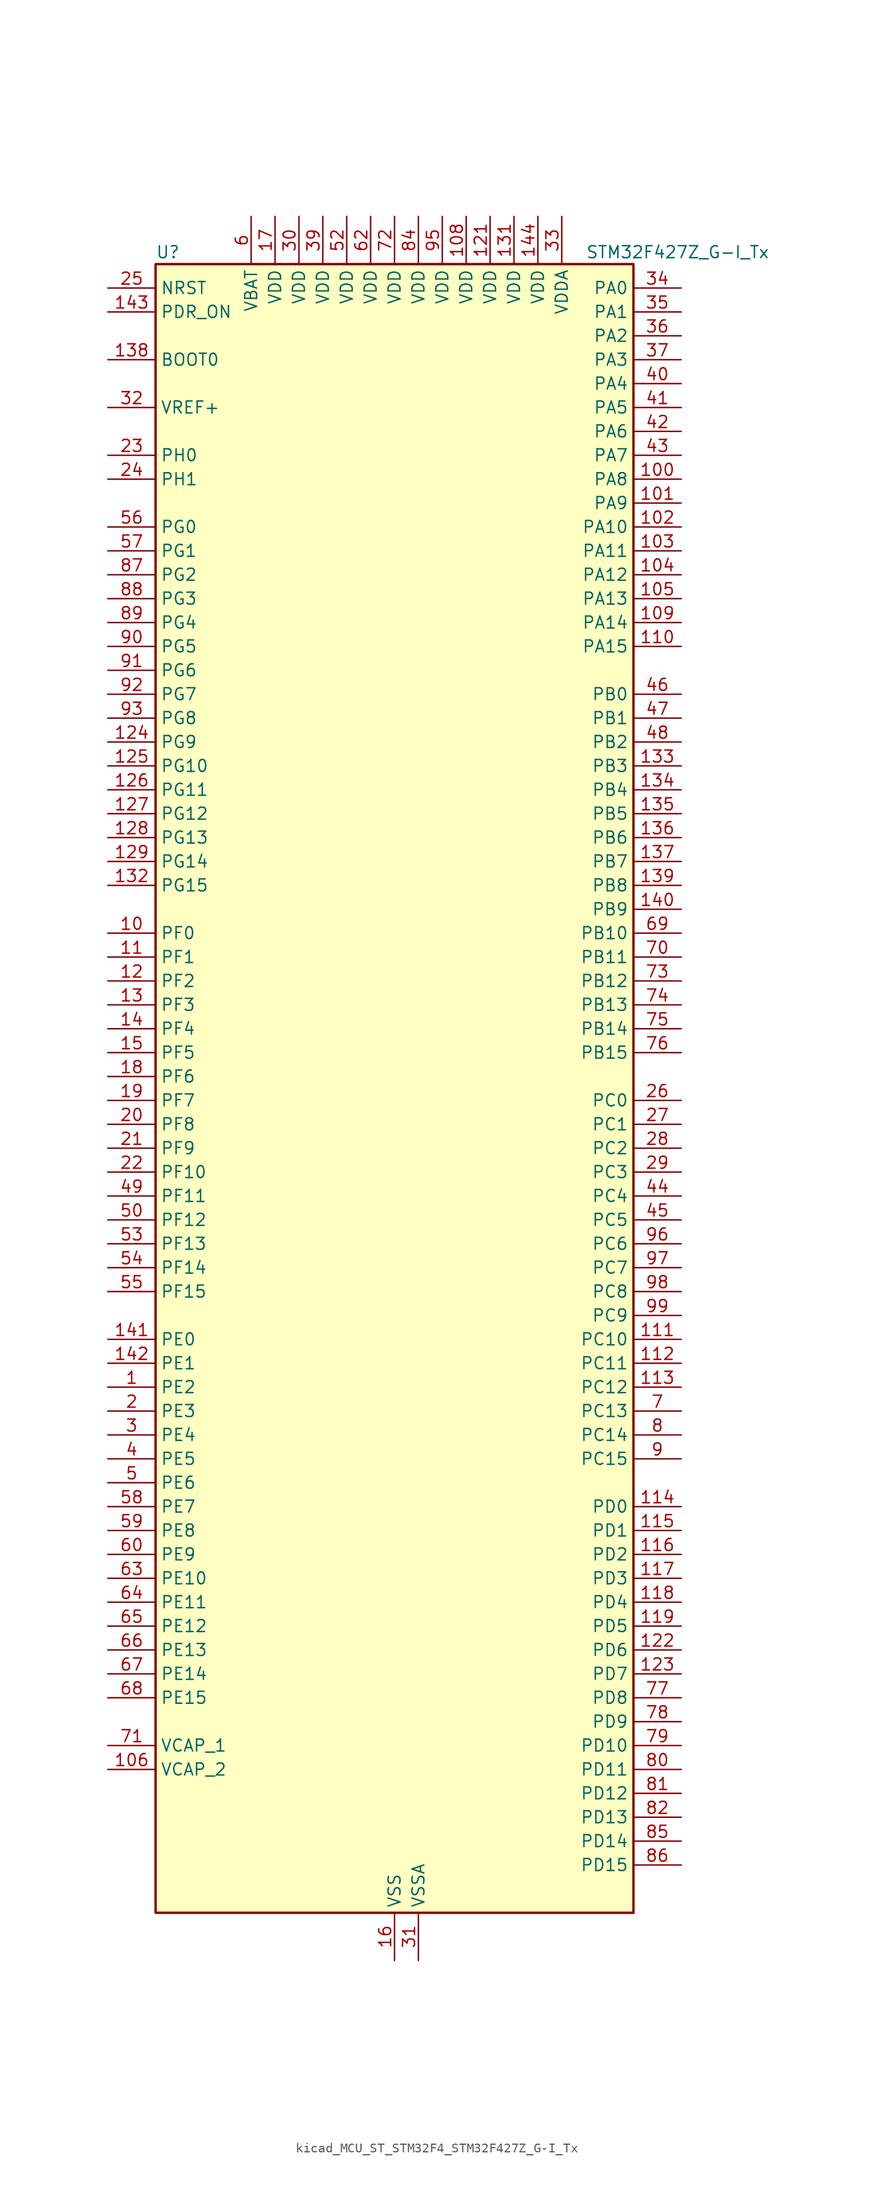
<source format=kicad_sym>
(kicad_symbol_lib
  (version 20220914)
  (generator kicad_symbol_editor)
  (symbol "kicad_MCU_ST_STM32F4_STM32F427Z_G-I_Tx"
    (property "Reference" "U"
      (at -25.4 90.17 0)
      (effects (font (size 1.27 1.27)) (justify left)))
    (property "Value" "STM32F427Z_G-I_Tx"
      (at 20.32 90.17 0)
      (effects (font (size 1.27 1.27)) (justify left)))
    (property "ki_locked" ""
      (at 0 0 0)
      (effects (font (size 1.27 1.27))))
    (symbol "kicad_MCU_ST_STM32F4_STM32F427Z_G-I_Tx_0_1"
      (rectangle (start -25.4 -86.36) (end 25.4 88.9) (stroke (width 0.254) (type default)) (fill (type background))))
    (symbol "kicad_MCU_ST_STM32F4_STM32F427Z_G-I_Tx_1_1"
      (pin bidirectional line (at -30.48 -30.48 0) (length 5.08) (name "PE2" (effects (font (size 1.27 1.27)))) (number "1" (effects (font (size 1.27 1.27)))) (alternate "ETH_TXD3" bidirectional line) (alternate "FMC_A23" bidirectional line) (alternate "SAI1_MCLK_A" bidirectional line) (alternate "SPI4_SCK" bidirectional line) (alternate "SYS_TRACECLK" bidirectional line))
      (pin bidirectional line (at -30.48 17.78 0) (length 5.08) (name "PF0" (effects (font (size 1.27 1.27)))) (number "10" (effects (font (size 1.27 1.27)))) (alternate "FMC_A0" bidirectional line) (alternate "I2C2_SDA" bidirectional line))
      (pin bidirectional line (at 30.48 66.04 180) (length 5.08) (name "PA8" (effects (font (size 1.27 1.27)))) (number "100" (effects (font (size 1.27 1.27)))) (alternate "I2C3_SCL" bidirectional line) (alternate "RCC_MCO_1" bidirectional line) (alternate "TIM1_CH1" bidirectional line) (alternate "USART1_CK" bidirectional line) (alternate "USB_OTG_FS_SOF" bidirectional line))
      (pin bidirectional line (at 30.48 63.5 180) (length 5.08) (name "PA9" (effects (font (size 1.27 1.27)))) (number "101" (effects (font (size 1.27 1.27)))) (alternate "DAC_EXTI9" bidirectional line) (alternate "DCMI_D0" bidirectional line) (alternate "I2C3_SMBA" bidirectional line) (alternate "TIM1_CH2" bidirectional line) (alternate "USART1_TX" bidirectional line) (alternate "USB_OTG_FS_VBUS" bidirectional line))
      (pin bidirectional line (at 30.48 60.96 180) (length 5.08) (name "PA10" (effects (font (size 1.27 1.27)))) (number "102" (effects (font (size 1.27 1.27)))) (alternate "DCMI_D1" bidirectional line) (alternate "TIM1_CH3" bidirectional line) (alternate "USART1_RX" bidirectional line) (alternate "USB_OTG_FS_ID" bidirectional line))
      (pin bidirectional line (at 30.48 58.42 180) (length 5.08) (name "PA11" (effects (font (size 1.27 1.27)))) (number "103" (effects (font (size 1.27 1.27)))) (alternate "ADC1_EXTI11" bidirectional line) (alternate "ADC2_EXTI11" bidirectional line) (alternate "ADC3_EXTI11" bidirectional line) (alternate "CAN1_RX" bidirectional line) (alternate "TIM1_CH4" bidirectional line) (alternate "USART1_CTS" bidirectional line) (alternate "USB_OTG_FS_DM" bidirectional line))
      (pin bidirectional line (at 30.48 55.88 180) (length 5.08) (name "PA12" (effects (font (size 1.27 1.27)))) (number "104" (effects (font (size 1.27 1.27)))) (alternate "CAN1_TX" bidirectional line) (alternate "TIM1_ETR" bidirectional line) (alternate "USART1_RTS" bidirectional line) (alternate "USB_OTG_FS_DP" bidirectional line))
      (pin bidirectional line (at 30.48 53.34 180) (length 5.08) (name "PA13" (effects (font (size 1.27 1.27)))) (number "105" (effects (font (size 1.27 1.27)))) (alternate "SYS_JTMS-SWDIO" bidirectional line))
      (pin power_out line (at -30.48 -71.12 0) (length 5.08) (name "VCAP_2" (effects (font (size 1.27 1.27)))) (number "106" (effects (font (size 1.27 1.27)))))
      (pin passive line (at 0 -91.44 90) (length 5.08) hide (name "VSS" (effects (font (size 1.27 1.27)))) (number "107" (effects (font (size 1.27 1.27)))))
      (pin power_in line (at 7.62 93.98 270) (length 5.08) (name "VDD" (effects (font (size 1.27 1.27)))) (number "108" (effects (font (size 1.27 1.27)))))
      (pin bidirectional line (at 30.48 50.8 180) (length 5.08) (name "PA14" (effects (font (size 1.27 1.27)))) (number "109" (effects (font (size 1.27 1.27)))) (alternate "SYS_JTCK-SWCLK" bidirectional line))
      (pin bidirectional line (at -30.48 15.24 0) (length 5.08) (name "PF1" (effects (font (size 1.27 1.27)))) (number "11" (effects (font (size 1.27 1.27)))) (alternate "FMC_A1" bidirectional line) (alternate "I2C2_SCL" bidirectional line))
      (pin bidirectional line (at 30.48 48.26 180) (length 5.08) (name "PA15" (effects (font (size 1.27 1.27)))) (number "110" (effects (font (size 1.27 1.27)))) (alternate "ADC1_EXTI15" bidirectional line) (alternate "ADC2_EXTI15" bidirectional line) (alternate "ADC3_EXTI15" bidirectional line) (alternate "I2S3_WS" bidirectional line) (alternate "SPI1_NSS" bidirectional line) (alternate "SPI3_NSS" bidirectional line) (alternate "SYS_JTDI" bidirectional line) (alternate "TIM2_CH1" bidirectional line) (alternate "TIM2_ETR" bidirectional line))
      (pin bidirectional line (at 30.48 -25.4 180) (length 5.08) (name "PC10" (effects (font (size 1.27 1.27)))) (number "111" (effects (font (size 1.27 1.27)))) (alternate "DCMI_D8" bidirectional line) (alternate "I2S3_CK" bidirectional line) (alternate "SDIO_D2" bidirectional line) (alternate "SPI3_SCK" bidirectional line) (alternate "UART4_TX" bidirectional line) (alternate "USART3_TX" bidirectional line))
      (pin bidirectional line (at 30.48 -27.94 180) (length 5.08) (name "PC11" (effects (font (size 1.27 1.27)))) (number "112" (effects (font (size 1.27 1.27)))) (alternate "ADC1_EXTI11" bidirectional line) (alternate "ADC2_EXTI11" bidirectional line) (alternate "ADC3_EXTI11" bidirectional line) (alternate "DCMI_D4" bidirectional line) (alternate "I2S3_ext_SD" bidirectional line) (alternate "SDIO_D3" bidirectional line) (alternate "SPI3_MISO" bidirectional line) (alternate "UART4_RX" bidirectional line) (alternate "USART3_RX" bidirectional line))
      (pin bidirectional line (at 30.48 -30.48 180) (length 5.08) (name "PC12" (effects (font (size 1.27 1.27)))) (number "113" (effects (font (size 1.27 1.27)))) (alternate "DCMI_D9" bidirectional line) (alternate "I2S3_SD" bidirectional line) (alternate "SDIO_CK" bidirectional line) (alternate "SPI3_MOSI" bidirectional line) (alternate "UART5_TX" bidirectional line) (alternate "USART3_CK" bidirectional line))
      (pin bidirectional line (at 30.48 -43.18 180) (length 5.08) (name "PD0" (effects (font (size 1.27 1.27)))) (number "114" (effects (font (size 1.27 1.27)))) (alternate "CAN1_RX" bidirectional line) (alternate "FMC_D2" bidirectional line) (alternate "FMC_DA2" bidirectional line))
      (pin bidirectional line (at 30.48 -45.72 180) (length 5.08) (name "PD1" (effects (font (size 1.27 1.27)))) (number "115" (effects (font (size 1.27 1.27)))) (alternate "CAN1_TX" bidirectional line) (alternate "FMC_D3" bidirectional line) (alternate "FMC_DA3" bidirectional line))
      (pin bidirectional line (at 30.48 -48.26 180) (length 5.08) (name "PD2" (effects (font (size 1.27 1.27)))) (number "116" (effects (font (size 1.27 1.27)))) (alternate "DCMI_D11" bidirectional line) (alternate "SDIO_CMD" bidirectional line) (alternate "TIM3_ETR" bidirectional line) (alternate "UART5_RX" bidirectional line))
      (pin bidirectional line (at 30.48 -50.8 180) (length 5.08) (name "PD3" (effects (font (size 1.27 1.27)))) (number "117" (effects (font (size 1.27 1.27)))) (alternate "DCMI_D5" bidirectional line) (alternate "FMC_CLK" bidirectional line) (alternate "I2S2_CK" bidirectional line) (alternate "SPI2_SCK" bidirectional line) (alternate "USART2_CTS" bidirectional line))
      (pin bidirectional line (at 30.48 -53.34 180) (length 5.08) (name "PD4" (effects (font (size 1.27 1.27)))) (number "118" (effects (font (size 1.27 1.27)))) (alternate "FMC_NOE" bidirectional line) (alternate "USART2_RTS" bidirectional line))
      (pin bidirectional line (at 30.48 -55.88 180) (length 5.08) (name "PD5" (effects (font (size 1.27 1.27)))) (number "119" (effects (font (size 1.27 1.27)))) (alternate "FMC_NWE" bidirectional line) (alternate "USART2_TX" bidirectional line))
      (pin bidirectional line (at -30.48 12.7 0) (length 5.08) (name "PF2" (effects (font (size 1.27 1.27)))) (number "12" (effects (font (size 1.27 1.27)))) (alternate "FMC_A2" bidirectional line) (alternate "I2C2_SMBA" bidirectional line))
      (pin passive line (at 0 -91.44 90) (length 5.08) hide (name "VSS" (effects (font (size 1.27 1.27)))) (number "120" (effects (font (size 1.27 1.27)))))
      (pin power_in line (at 10.16 93.98 270) (length 5.08) (name "VDD" (effects (font (size 1.27 1.27)))) (number "121" (effects (font (size 1.27 1.27)))))
      (pin bidirectional line (at 30.48 -58.42 180) (length 5.08) (name "PD6" (effects (font (size 1.27 1.27)))) (number "122" (effects (font (size 1.27 1.27)))) (alternate "DCMI_D10" bidirectional line) (alternate "FMC_NWAIT" bidirectional line) (alternate "I2S3_SD" bidirectional line) (alternate "SAI1_SD_A" bidirectional line) (alternate "SPI3_MOSI" bidirectional line) (alternate "USART2_RX" bidirectional line))
      (pin bidirectional line (at 30.48 -60.96 180) (length 5.08) (name "PD7" (effects (font (size 1.27 1.27)))) (number "123" (effects (font (size 1.27 1.27)))) (alternate "FMC_NCE2" bidirectional line) (alternate "FMC_NE1" bidirectional line) (alternate "USART2_CK" bidirectional line))
      (pin bidirectional line (at -30.48 38.1 0) (length 5.08) (name "PG9" (effects (font (size 1.27 1.27)))) (number "124" (effects (font (size 1.27 1.27)))) (alternate "DAC_EXTI9" bidirectional line) (alternate "DCMI_VSYNC" bidirectional line) (alternate "FMC_NCE3" bidirectional line) (alternate "FMC_NE2" bidirectional line) (alternate "USART6_RX" bidirectional line))
      (pin bidirectional line (at -30.48 35.56 0) (length 5.08) (name "PG10" (effects (font (size 1.27 1.27)))) (number "125" (effects (font (size 1.27 1.27)))) (alternate "DCMI_D2" bidirectional line) (alternate "FMC_NCE4_1" bidirectional line) (alternate "FMC_NE3" bidirectional line))
      (pin bidirectional line (at -30.48 33.02 0) (length 5.08) (name "PG11" (effects (font (size 1.27 1.27)))) (number "126" (effects (font (size 1.27 1.27)))) (alternate "ADC1_EXTI11" bidirectional line) (alternate "ADC2_EXTI11" bidirectional line) (alternate "ADC3_EXTI11" bidirectional line) (alternate "DCMI_D3" bidirectional line) (alternate "ETH_TX_EN" bidirectional line) (alternate "FMC_NCE4_2" bidirectional line))
      (pin bidirectional line (at -30.48 30.48 0) (length 5.08) (name "PG12" (effects (font (size 1.27 1.27)))) (number "127" (effects (font (size 1.27 1.27)))) (alternate "FMC_NE4" bidirectional line) (alternate "SPI6_MISO" bidirectional line) (alternate "USART6_RTS" bidirectional line))
      (pin bidirectional line (at -30.48 27.94 0) (length 5.08) (name "PG13" (effects (font (size 1.27 1.27)))) (number "128" (effects (font (size 1.27 1.27)))) (alternate "ETH_TXD0" bidirectional line) (alternate "FMC_A24" bidirectional line) (alternate "SPI6_SCK" bidirectional line) (alternate "USART6_CTS" bidirectional line))
      (pin bidirectional line (at -30.48 25.4 0) (length 5.08) (name "PG14" (effects (font (size 1.27 1.27)))) (number "129" (effects (font (size 1.27 1.27)))) (alternate "ETH_TXD1" bidirectional line) (alternate "FMC_A25" bidirectional line) (alternate "SPI6_MOSI" bidirectional line) (alternate "USART6_TX" bidirectional line))
      (pin bidirectional line (at -30.48 10.16 0) (length 5.08) (name "PF3" (effects (font (size 1.27 1.27)))) (number "13" (effects (font (size 1.27 1.27)))) (alternate "ADC3_IN9" bidirectional line) (alternate "FMC_A3" bidirectional line))
      (pin passive line (at 0 -91.44 90) (length 5.08) hide (name "VSS" (effects (font (size 1.27 1.27)))) (number "130" (effects (font (size 1.27 1.27)))))
      (pin power_in line (at 12.7 93.98 270) (length 5.08) (name "VDD" (effects (font (size 1.27 1.27)))) (number "131" (effects (font (size 1.27 1.27)))))
      (pin bidirectional line (at -30.48 22.86 0) (length 5.08) (name "PG15" (effects (font (size 1.27 1.27)))) (number "132" (effects (font (size 1.27 1.27)))) (alternate "ADC1_EXTI15" bidirectional line) (alternate "ADC2_EXTI15" bidirectional line) (alternate "ADC3_EXTI15" bidirectional line) (alternate "DCMI_D13" bidirectional line) (alternate "FMC_SDNCAS" bidirectional line) (alternate "USART6_CTS" bidirectional line))
      (pin bidirectional line (at 30.48 35.56 180) (length 5.08) (name "PB3" (effects (font (size 1.27 1.27)))) (number "133" (effects (font (size 1.27 1.27)))) (alternate "I2S3_CK" bidirectional line) (alternate "SPI1_SCK" bidirectional line) (alternate "SPI3_SCK" bidirectional line) (alternate "SYS_JTDO-SWO" bidirectional line) (alternate "TIM2_CH2" bidirectional line))
      (pin bidirectional line (at 30.48 33.02 180) (length 5.08) (name "PB4" (effects (font (size 1.27 1.27)))) (number "134" (effects (font (size 1.27 1.27)))) (alternate "I2S3_ext_SD" bidirectional line) (alternate "SPI1_MISO" bidirectional line) (alternate "SPI3_MISO" bidirectional line) (alternate "SYS_JTRST" bidirectional line) (alternate "TIM3_CH1" bidirectional line))
      (pin bidirectional line (at 30.48 30.48 180) (length 5.08) (name "PB5" (effects (font (size 1.27 1.27)))) (number "135" (effects (font (size 1.27 1.27)))) (alternate "CAN2_RX" bidirectional line) (alternate "DCMI_D10" bidirectional line) (alternate "ETH_PPS_OUT" bidirectional line) (alternate "FMC_SDCKE1" bidirectional line) (alternate "I2C1_SMBA" bidirectional line) (alternate "I2S3_SD" bidirectional line) (alternate "SPI1_MOSI" bidirectional line) (alternate "SPI3_MOSI" bidirectional line) (alternate "TIM3_CH2" bidirectional line) (alternate "USB_OTG_HS_ULPI_D7" bidirectional line))
      (pin bidirectional line (at 30.48 27.94 180) (length 5.08) (name "PB6" (effects (font (size 1.27 1.27)))) (number "136" (effects (font (size 1.27 1.27)))) (alternate "CAN2_TX" bidirectional line) (alternate "DCMI_D5" bidirectional line) (alternate "FMC_SDNE1" bidirectional line) (alternate "I2C1_SCL" bidirectional line) (alternate "TIM4_CH1" bidirectional line) (alternate "USART1_TX" bidirectional line))
      (pin bidirectional line (at 30.48 25.4 180) (length 5.08) (name "PB7" (effects (font (size 1.27 1.27)))) (number "137" (effects (font (size 1.27 1.27)))) (alternate "DCMI_VSYNC" bidirectional line) (alternate "FMC_NL" bidirectional line) (alternate "I2C1_SDA" bidirectional line) (alternate "TIM4_CH2" bidirectional line) (alternate "USART1_RX" bidirectional line))
      (pin input line (at -30.48 78.74 0) (length 5.08) (name "BOOT0" (effects (font (size 1.27 1.27)))) (number "138" (effects (font (size 1.27 1.27)))))
      (pin bidirectional line (at 30.48 22.86 180) (length 5.08) (name "PB8" (effects (font (size 1.27 1.27)))) (number "139" (effects (font (size 1.27 1.27)))) (alternate "CAN1_RX" bidirectional line) (alternate "DCMI_D6" bidirectional line) (alternate "ETH_TXD3" bidirectional line) (alternate "I2C1_SCL" bidirectional line) (alternate "SDIO_D4" bidirectional line) (alternate "TIM10_CH1" bidirectional line) (alternate "TIM4_CH3" bidirectional line))
      (pin bidirectional line (at -30.48 7.62 0) (length 5.08) (name "PF4" (effects (font (size 1.27 1.27)))) (number "14" (effects (font (size 1.27 1.27)))) (alternate "ADC3_IN14" bidirectional line) (alternate "FMC_A4" bidirectional line))
      (pin bidirectional line (at 30.48 20.32 180) (length 5.08) (name "PB9" (effects (font (size 1.27 1.27)))) (number "140" (effects (font (size 1.27 1.27)))) (alternate "CAN1_TX" bidirectional line) (alternate "DAC_EXTI9" bidirectional line) (alternate "DCMI_D7" bidirectional line) (alternate "I2C1_SDA" bidirectional line) (alternate "I2S2_WS" bidirectional line) (alternate "SDIO_D5" bidirectional line) (alternate "SPI2_NSS" bidirectional line) (alternate "TIM11_CH1" bidirectional line) (alternate "TIM4_CH4" bidirectional line))
      (pin bidirectional line (at -30.48 -25.4 0) (length 5.08) (name "PE0" (effects (font (size 1.27 1.27)))) (number "141" (effects (font (size 1.27 1.27)))) (alternate "DCMI_D2" bidirectional line) (alternate "FMC_NBL0" bidirectional line) (alternate "TIM4_ETR" bidirectional line) (alternate "UART8_RX" bidirectional line))
      (pin bidirectional line (at -30.48 -27.94 0) (length 5.08) (name "PE1" (effects (font (size 1.27 1.27)))) (number "142" (effects (font (size 1.27 1.27)))) (alternate "DCMI_D3" bidirectional line) (alternate "FMC_NBL1" bidirectional line) (alternate "UART8_TX" bidirectional line))
      (pin input line (at -30.48 83.82 0) (length 5.08) (name "PDR_ON" (effects (font (size 1.27 1.27)))) (number "143" (effects (font (size 1.27 1.27)))))
      (pin power_in line (at 15.24 93.98 270) (length 5.08) (name "VDD" (effects (font (size 1.27 1.27)))) (number "144" (effects (font (size 1.27 1.27)))))
      (pin bidirectional line (at -30.48 5.08 0) (length 5.08) (name "PF5" (effects (font (size 1.27 1.27)))) (number "15" (effects (font (size 1.27 1.27)))) (alternate "ADC3_IN15" bidirectional line) (alternate "FMC_A5" bidirectional line))
      (pin power_in line (at 0 -91.44 90) (length 5.08) (name "VSS" (effects (font (size 1.27 1.27)))) (number "16" (effects (font (size 1.27 1.27)))))
      (pin power_in line (at -12.7 93.98 270) (length 5.08) (name "VDD" (effects (font (size 1.27 1.27)))) (number "17" (effects (font (size 1.27 1.27)))))
      (pin bidirectional line (at -30.48 2.54 0) (length 5.08) (name "PF6" (effects (font (size 1.27 1.27)))) (number "18" (effects (font (size 1.27 1.27)))) (alternate "ADC3_IN4" bidirectional line) (alternate "FMC_NIORD" bidirectional line) (alternate "SAI1_SD_B" bidirectional line) (alternate "SPI5_NSS" bidirectional line) (alternate "TIM10_CH1" bidirectional line) (alternate "UART7_RX" bidirectional line))
      (pin bidirectional line (at -30.48 0 0) (length 5.08) (name "PF7" (effects (font (size 1.27 1.27)))) (number "19" (effects (font (size 1.27 1.27)))) (alternate "ADC3_IN5" bidirectional line) (alternate "FMC_NREG" bidirectional line) (alternate "SAI1_MCLK_B" bidirectional line) (alternate "SPI5_SCK" bidirectional line) (alternate "TIM11_CH1" bidirectional line) (alternate "UART7_TX" bidirectional line))
      (pin bidirectional line (at -30.48 -33.02 0) (length 5.08) (name "PE3" (effects (font (size 1.27 1.27)))) (number "2" (effects (font (size 1.27 1.27)))) (alternate "FMC_A19" bidirectional line) (alternate "SAI1_SD_B" bidirectional line) (alternate "SYS_TRACED0" bidirectional line))
      (pin bidirectional line (at -30.48 -2.54 0) (length 5.08) (name "PF8" (effects (font (size 1.27 1.27)))) (number "20" (effects (font (size 1.27 1.27)))) (alternate "ADC3_IN6" bidirectional line) (alternate "FMC_NIOWR" bidirectional line) (alternate "SAI1_SCK_B" bidirectional line) (alternate "SPI5_MISO" bidirectional line) (alternate "TIM13_CH1" bidirectional line))
      (pin bidirectional line (at -30.48 -5.08 0) (length 5.08) (name "PF9" (effects (font (size 1.27 1.27)))) (number "21" (effects (font (size 1.27 1.27)))) (alternate "ADC3_IN7" bidirectional line) (alternate "DAC_EXTI9" bidirectional line) (alternate "FMC_CD" bidirectional line) (alternate "SAI1_FS_B" bidirectional line) (alternate "SPI5_MOSI" bidirectional line) (alternate "TIM14_CH1" bidirectional line))
      (pin bidirectional line (at -30.48 -7.62 0) (length 5.08) (name "PF10" (effects (font (size 1.27 1.27)))) (number "22" (effects (font (size 1.27 1.27)))) (alternate "ADC3_IN8" bidirectional line) (alternate "DCMI_D11" bidirectional line) (alternate "FMC_INTR" bidirectional line))
      (pin bidirectional line (at -30.48 68.58 0) (length 5.08) (name "PH0" (effects (font (size 1.27 1.27)))) (number "23" (effects (font (size 1.27 1.27)))) (alternate "RCC_OSC_IN" bidirectional line))
      (pin bidirectional line (at -30.48 66.04 0) (length 5.08) (name "PH1" (effects (font (size 1.27 1.27)))) (number "24" (effects (font (size 1.27 1.27)))) (alternate "RCC_OSC_OUT" bidirectional line))
      (pin input line (at -30.48 86.36 0) (length 5.08) (name "NRST" (effects (font (size 1.27 1.27)))) (number "25" (effects (font (size 1.27 1.27)))))
      (pin bidirectional line (at 30.48 0 180) (length 5.08) (name "PC0" (effects (font (size 1.27 1.27)))) (number "26" (effects (font (size 1.27 1.27)))) (alternate "ADC1_IN10" bidirectional line) (alternate "ADC2_IN10" bidirectional line) (alternate "ADC3_IN10" bidirectional line) (alternate "FMC_SDNWE" bidirectional line) (alternate "USB_OTG_HS_ULPI_STP" bidirectional line))
      (pin bidirectional line (at 30.48 -2.54 180) (length 5.08) (name "PC1" (effects (font (size 1.27 1.27)))) (number "27" (effects (font (size 1.27 1.27)))) (alternate "ADC1_IN11" bidirectional line) (alternate "ADC2_IN11" bidirectional line) (alternate "ADC3_IN11" bidirectional line) (alternate "ETH_MDC" bidirectional line))
      (pin bidirectional line (at 30.48 -5.08 180) (length 5.08) (name "PC2" (effects (font (size 1.27 1.27)))) (number "28" (effects (font (size 1.27 1.27)))) (alternate "ADC1_IN12" bidirectional line) (alternate "ADC2_IN12" bidirectional line) (alternate "ADC3_IN12" bidirectional line) (alternate "ETH_TXD2" bidirectional line) (alternate "FMC_SDNE0" bidirectional line) (alternate "I2S2_ext_SD" bidirectional line) (alternate "SPI2_MISO" bidirectional line) (alternate "USB_OTG_HS_ULPI_DIR" bidirectional line))
      (pin bidirectional line (at 30.48 -7.62 180) (length 5.08) (name "PC3" (effects (font (size 1.27 1.27)))) (number "29" (effects (font (size 1.27 1.27)))) (alternate "ADC1_IN13" bidirectional line) (alternate "ADC2_IN13" bidirectional line) (alternate "ADC3_IN13" bidirectional line) (alternate "ETH_TX_CLK" bidirectional line) (alternate "FMC_SDCKE0" bidirectional line) (alternate "I2S2_SD" bidirectional line) (alternate "SPI2_MOSI" bidirectional line) (alternate "USB_OTG_HS_ULPI_NXT" bidirectional line))
      (pin bidirectional line (at -30.48 -35.56 0) (length 5.08) (name "PE4" (effects (font (size 1.27 1.27)))) (number "3" (effects (font (size 1.27 1.27)))) (alternate "DCMI_D4" bidirectional line) (alternate "FMC_A20" bidirectional line) (alternate "SAI1_FS_A" bidirectional line) (alternate "SPI4_NSS" bidirectional line) (alternate "SYS_TRACED1" bidirectional line))
      (pin power_in line (at -10.16 93.98 270) (length 5.08) (name "VDD" (effects (font (size 1.27 1.27)))) (number "30" (effects (font (size 1.27 1.27)))))
      (pin power_in line (at 2.54 -91.44 90) (length 5.08) (name "VSSA" (effects (font (size 1.27 1.27)))) (number "31" (effects (font (size 1.27 1.27)))))
      (pin input line (at -30.48 73.66 0) (length 5.08) (name "VREF+" (effects (font (size 1.27 1.27)))) (number "32" (effects (font (size 1.27 1.27)))))
      (pin power_in line (at 17.78 93.98 270) (length 5.08) (name "VDDA" (effects (font (size 1.27 1.27)))) (number "33" (effects (font (size 1.27 1.27)))))
      (pin bidirectional line (at 30.48 86.36 180) (length 5.08) (name "PA0" (effects (font (size 1.27 1.27)))) (number "34" (effects (font (size 1.27 1.27)))) (alternate "ADC1_IN0" bidirectional line) (alternate "ADC2_IN0" bidirectional line) (alternate "ADC3_IN0" bidirectional line) (alternate "ETH_CRS" bidirectional line) (alternate "SYS_WKUP" bidirectional line) (alternate "TIM2_CH1" bidirectional line) (alternate "TIM2_ETR" bidirectional line) (alternate "TIM5_CH1" bidirectional line) (alternate "TIM8_ETR" bidirectional line) (alternate "UART4_TX" bidirectional line) (alternate "USART2_CTS" bidirectional line))
      (pin bidirectional line (at 30.48 83.82 180) (length 5.08) (name "PA1" (effects (font (size 1.27 1.27)))) (number "35" (effects (font (size 1.27 1.27)))) (alternate "ADC1_IN1" bidirectional line) (alternate "ADC2_IN1" bidirectional line) (alternate "ADC3_IN1" bidirectional line) (alternate "ETH_REF_CLK" bidirectional line) (alternate "ETH_RX_CLK" bidirectional line) (alternate "TIM2_CH2" bidirectional line) (alternate "TIM5_CH2" bidirectional line) (alternate "UART4_RX" bidirectional line) (alternate "USART2_RTS" bidirectional line))
      (pin bidirectional line (at 30.48 81.28 180) (length 5.08) (name "PA2" (effects (font (size 1.27 1.27)))) (number "36" (effects (font (size 1.27 1.27)))) (alternate "ADC1_IN2" bidirectional line) (alternate "ADC2_IN2" bidirectional line) (alternate "ADC3_IN2" bidirectional line) (alternate "ETH_MDIO" bidirectional line) (alternate "TIM2_CH3" bidirectional line) (alternate "TIM5_CH3" bidirectional line) (alternate "TIM9_CH1" bidirectional line) (alternate "USART2_TX" bidirectional line))
      (pin bidirectional line (at 30.48 78.74 180) (length 5.08) (name "PA3" (effects (font (size 1.27 1.27)))) (number "37" (effects (font (size 1.27 1.27)))) (alternate "ADC1_IN3" bidirectional line) (alternate "ADC2_IN3" bidirectional line) (alternate "ADC3_IN3" bidirectional line) (alternate "ETH_COL" bidirectional line) (alternate "TIM2_CH4" bidirectional line) (alternate "TIM5_CH4" bidirectional line) (alternate "TIM9_CH2" bidirectional line) (alternate "USART2_RX" bidirectional line) (alternate "USB_OTG_HS_ULPI_D0" bidirectional line))
      (pin passive line (at 0 -91.44 90) (length 5.08) hide (name "VSS" (effects (font (size 1.27 1.27)))) (number "38" (effects (font (size 1.27 1.27)))))
      (pin power_in line (at -7.62 93.98 270) (length 5.08) (name "VDD" (effects (font (size 1.27 1.27)))) (number "39" (effects (font (size 1.27 1.27)))))
      (pin bidirectional line (at -30.48 -38.1 0) (length 5.08) (name "PE5" (effects (font (size 1.27 1.27)))) (number "4" (effects (font (size 1.27 1.27)))) (alternate "DCMI_D6" bidirectional line) (alternate "FMC_A21" bidirectional line) (alternate "SAI1_SCK_A" bidirectional line) (alternate "SPI4_MISO" bidirectional line) (alternate "SYS_TRACED2" bidirectional line) (alternate "TIM9_CH1" bidirectional line))
      (pin bidirectional line (at 30.48 76.2 180) (length 5.08) (name "PA4" (effects (font (size 1.27 1.27)))) (number "40" (effects (font (size 1.27 1.27)))) (alternate "ADC1_IN4" bidirectional line) (alternate "ADC2_IN4" bidirectional line) (alternate "DAC_OUT1" bidirectional line) (alternate "DCMI_HSYNC" bidirectional line) (alternate "I2S3_WS" bidirectional line) (alternate "SPI1_NSS" bidirectional line) (alternate "SPI3_NSS" bidirectional line) (alternate "USART2_CK" bidirectional line) (alternate "USB_OTG_HS_SOF" bidirectional line))
      (pin bidirectional line (at 30.48 73.66 180) (length 5.08) (name "PA5" (effects (font (size 1.27 1.27)))) (number "41" (effects (font (size 1.27 1.27)))) (alternate "ADC1_IN5" bidirectional line) (alternate "ADC2_IN5" bidirectional line) (alternate "DAC_OUT2" bidirectional line) (alternate "SPI1_SCK" bidirectional line) (alternate "TIM2_CH1" bidirectional line) (alternate "TIM2_ETR" bidirectional line) (alternate "TIM8_CH1N" bidirectional line) (alternate "USB_OTG_HS_ULPI_CK" bidirectional line))
      (pin bidirectional line (at 30.48 71.12 180) (length 5.08) (name "PA6" (effects (font (size 1.27 1.27)))) (number "42" (effects (font (size 1.27 1.27)))) (alternate "ADC1_IN6" bidirectional line) (alternate "ADC2_IN6" bidirectional line) (alternate "DCMI_PIXCLK" bidirectional line) (alternate "SPI1_MISO" bidirectional line) (alternate "TIM13_CH1" bidirectional line) (alternate "TIM1_BKIN" bidirectional line) (alternate "TIM3_CH1" bidirectional line) (alternate "TIM8_BKIN" bidirectional line))
      (pin bidirectional line (at 30.48 68.58 180) (length 5.08) (name "PA7" (effects (font (size 1.27 1.27)))) (number "43" (effects (font (size 1.27 1.27)))) (alternate "ADC1_IN7" bidirectional line) (alternate "ADC2_IN7" bidirectional line) (alternate "ETH_CRS_DV" bidirectional line) (alternate "ETH_RX_DV" bidirectional line) (alternate "SPI1_MOSI" bidirectional line) (alternate "TIM14_CH1" bidirectional line) (alternate "TIM1_CH1N" bidirectional line) (alternate "TIM3_CH2" bidirectional line) (alternate "TIM8_CH1N" bidirectional line))
      (pin bidirectional line (at 30.48 -10.16 180) (length 5.08) (name "PC4" (effects (font (size 1.27 1.27)))) (number "44" (effects (font (size 1.27 1.27)))) (alternate "ADC1_IN14" bidirectional line) (alternate "ADC2_IN14" bidirectional line) (alternate "ETH_RXD0" bidirectional line))
      (pin bidirectional line (at 30.48 -12.7 180) (length 5.08) (name "PC5" (effects (font (size 1.27 1.27)))) (number "45" (effects (font (size 1.27 1.27)))) (alternate "ADC1_IN15" bidirectional line) (alternate "ADC2_IN15" bidirectional line) (alternate "ETH_RXD1" bidirectional line))
      (pin bidirectional line (at 30.48 43.18 180) (length 5.08) (name "PB0" (effects (font (size 1.27 1.27)))) (number "46" (effects (font (size 1.27 1.27)))) (alternate "ADC1_IN8" bidirectional line) (alternate "ADC2_IN8" bidirectional line) (alternate "ETH_RXD2" bidirectional line) (alternate "TIM1_CH2N" bidirectional line) (alternate "TIM3_CH3" bidirectional line) (alternate "TIM8_CH2N" bidirectional line) (alternate "USB_OTG_HS_ULPI_D1" bidirectional line))
      (pin bidirectional line (at 30.48 40.64 180) (length 5.08) (name "PB1" (effects (font (size 1.27 1.27)))) (number "47" (effects (font (size 1.27 1.27)))) (alternate "ADC1_IN9" bidirectional line) (alternate "ADC2_IN9" bidirectional line) (alternate "ETH_RXD3" bidirectional line) (alternate "TIM1_CH3N" bidirectional line) (alternate "TIM3_CH4" bidirectional line) (alternate "TIM8_CH3N" bidirectional line) (alternate "USB_OTG_HS_ULPI_D2" bidirectional line))
      (pin bidirectional line (at 30.48 38.1 180) (length 5.08) (name "PB2" (effects (font (size 1.27 1.27)))) (number "48" (effects (font (size 1.27 1.27)))))
      (pin bidirectional line (at -30.48 -10.16 0) (length 5.08) (name "PF11" (effects (font (size 1.27 1.27)))) (number "49" (effects (font (size 1.27 1.27)))) (alternate "ADC1_EXTI11" bidirectional line) (alternate "ADC2_EXTI11" bidirectional line) (alternate "ADC3_EXTI11" bidirectional line) (alternate "DCMI_D12" bidirectional line) (alternate "FMC_SDNRAS" bidirectional line) (alternate "SPI5_MOSI" bidirectional line))
      (pin bidirectional line (at -30.48 -40.64 0) (length 5.08) (name "PE6" (effects (font (size 1.27 1.27)))) (number "5" (effects (font (size 1.27 1.27)))) (alternate "DCMI_D7" bidirectional line) (alternate "FMC_A22" bidirectional line) (alternate "SAI1_SD_A" bidirectional line) (alternate "SPI4_MOSI" bidirectional line) (alternate "SYS_TRACED3" bidirectional line) (alternate "TIM9_CH2" bidirectional line))
      (pin bidirectional line (at -30.48 -12.7 0) (length 5.08) (name "PF12" (effects (font (size 1.27 1.27)))) (number "50" (effects (font (size 1.27 1.27)))) (alternate "FMC_A6" bidirectional line))
      (pin passive line (at 0 -91.44 90) (length 5.08) hide (name "VSS" (effects (font (size 1.27 1.27)))) (number "51" (effects (font (size 1.27 1.27)))))
      (pin power_in line (at -5.08 93.98 270) (length 5.08) (name "VDD" (effects (font (size 1.27 1.27)))) (number "52" (effects (font (size 1.27 1.27)))))
      (pin bidirectional line (at -30.48 -15.24 0) (length 5.08) (name "PF13" (effects (font (size 1.27 1.27)))) (number "53" (effects (font (size 1.27 1.27)))) (alternate "FMC_A7" bidirectional line))
      (pin bidirectional line (at -30.48 -17.78 0) (length 5.08) (name "PF14" (effects (font (size 1.27 1.27)))) (number "54" (effects (font (size 1.27 1.27)))) (alternate "FMC_A8" bidirectional line))
      (pin bidirectional line (at -30.48 -20.32 0) (length 5.08) (name "PF15" (effects (font (size 1.27 1.27)))) (number "55" (effects (font (size 1.27 1.27)))) (alternate "ADC1_EXTI15" bidirectional line) (alternate "ADC2_EXTI15" bidirectional line) (alternate "ADC3_EXTI15" bidirectional line) (alternate "FMC_A9" bidirectional line))
      (pin bidirectional line (at -30.48 60.96 0) (length 5.08) (name "PG0" (effects (font (size 1.27 1.27)))) (number "56" (effects (font (size 1.27 1.27)))) (alternate "FMC_A10" bidirectional line))
      (pin bidirectional line (at -30.48 58.42 0) (length 5.08) (name "PG1" (effects (font (size 1.27 1.27)))) (number "57" (effects (font (size 1.27 1.27)))) (alternate "FMC_A11" bidirectional line))
      (pin bidirectional line (at -30.48 -43.18 0) (length 5.08) (name "PE7" (effects (font (size 1.27 1.27)))) (number "58" (effects (font (size 1.27 1.27)))) (alternate "FMC_D4" bidirectional line) (alternate "FMC_DA4" bidirectional line) (alternate "TIM1_ETR" bidirectional line) (alternate "UART7_RX" bidirectional line))
      (pin bidirectional line (at -30.48 -45.72 0) (length 5.08) (name "PE8" (effects (font (size 1.27 1.27)))) (number "59" (effects (font (size 1.27 1.27)))) (alternate "FMC_D5" bidirectional line) (alternate "FMC_DA5" bidirectional line) (alternate "TIM1_CH1N" bidirectional line) (alternate "UART7_TX" bidirectional line))
      (pin power_in line (at -15.24 93.98 270) (length 5.08) (name "VBAT" (effects (font (size 1.27 1.27)))) (number "6" (effects (font (size 1.27 1.27)))))
      (pin bidirectional line (at -30.48 -48.26 0) (length 5.08) (name "PE9" (effects (font (size 1.27 1.27)))) (number "60" (effects (font (size 1.27 1.27)))) (alternate "DAC_EXTI9" bidirectional line) (alternate "FMC_D6" bidirectional line) (alternate "FMC_DA6" bidirectional line) (alternate "TIM1_CH1" bidirectional line))
      (pin passive line (at 0 -91.44 90) (length 5.08) hide (name "VSS" (effects (font (size 1.27 1.27)))) (number "61" (effects (font (size 1.27 1.27)))))
      (pin power_in line (at -2.54 93.98 270) (length 5.08) (name "VDD" (effects (font (size 1.27 1.27)))) (number "62" (effects (font (size 1.27 1.27)))))
      (pin bidirectional line (at -30.48 -50.8 0) (length 5.08) (name "PE10" (effects (font (size 1.27 1.27)))) (number "63" (effects (font (size 1.27 1.27)))) (alternate "FMC_D7" bidirectional line) (alternate "FMC_DA7" bidirectional line) (alternate "TIM1_CH2N" bidirectional line))
      (pin bidirectional line (at -30.48 -53.34 0) (length 5.08) (name "PE11" (effects (font (size 1.27 1.27)))) (number "64" (effects (font (size 1.27 1.27)))) (alternate "ADC1_EXTI11" bidirectional line) (alternate "ADC2_EXTI11" bidirectional line) (alternate "ADC3_EXTI11" bidirectional line) (alternate "FMC_D8" bidirectional line) (alternate "FMC_DA8" bidirectional line) (alternate "SPI4_NSS" bidirectional line) (alternate "TIM1_CH2" bidirectional line))
      (pin bidirectional line (at -30.48 -55.88 0) (length 5.08) (name "PE12" (effects (font (size 1.27 1.27)))) (number "65" (effects (font (size 1.27 1.27)))) (alternate "FMC_D9" bidirectional line) (alternate "FMC_DA9" bidirectional line) (alternate "SPI4_SCK" bidirectional line) (alternate "TIM1_CH3N" bidirectional line))
      (pin bidirectional line (at -30.48 -58.42 0) (length 5.08) (name "PE13" (effects (font (size 1.27 1.27)))) (number "66" (effects (font (size 1.27 1.27)))) (alternate "FMC_D10" bidirectional line) (alternate "FMC_DA10" bidirectional line) (alternate "SPI4_MISO" bidirectional line) (alternate "TIM1_CH3" bidirectional line))
      (pin bidirectional line (at -30.48 -60.96 0) (length 5.08) (name "PE14" (effects (font (size 1.27 1.27)))) (number "67" (effects (font (size 1.27 1.27)))) (alternate "FMC_D11" bidirectional line) (alternate "FMC_DA11" bidirectional line) (alternate "SPI4_MOSI" bidirectional line) (alternate "TIM1_CH4" bidirectional line))
      (pin bidirectional line (at -30.48 -63.5 0) (length 5.08) (name "PE15" (effects (font (size 1.27 1.27)))) (number "68" (effects (font (size 1.27 1.27)))) (alternate "ADC1_EXTI15" bidirectional line) (alternate "ADC2_EXTI15" bidirectional line) (alternate "ADC3_EXTI15" bidirectional line) (alternate "FMC_D12" bidirectional line) (alternate "FMC_DA12" bidirectional line) (alternate "TIM1_BKIN" bidirectional line))
      (pin bidirectional line (at 30.48 17.78 180) (length 5.08) (name "PB10" (effects (font (size 1.27 1.27)))) (number "69" (effects (font (size 1.27 1.27)))) (alternate "ETH_RX_ER" bidirectional line) (alternate "I2C2_SCL" bidirectional line) (alternate "I2S2_CK" bidirectional line) (alternate "SPI2_SCK" bidirectional line) (alternate "TIM2_CH3" bidirectional line) (alternate "USART3_TX" bidirectional line) (alternate "USB_OTG_HS_ULPI_D3" bidirectional line))
      (pin bidirectional line (at 30.48 -33.02 180) (length 5.08) (name "PC13" (effects (font (size 1.27 1.27)))) (number "7" (effects (font (size 1.27 1.27)))) (alternate "RTC_AF1" bidirectional line))
      (pin bidirectional line (at 30.48 15.24 180) (length 5.08) (name "PB11" (effects (font (size 1.27 1.27)))) (number "70" (effects (font (size 1.27 1.27)))) (alternate "ADC1_EXTI11" bidirectional line) (alternate "ADC2_EXTI11" bidirectional line) (alternate "ADC3_EXTI11" bidirectional line) (alternate "ETH_TX_EN" bidirectional line) (alternate "I2C2_SDA" bidirectional line) (alternate "TIM2_CH4" bidirectional line) (alternate "USART3_RX" bidirectional line) (alternate "USB_OTG_HS_ULPI_D4" bidirectional line))
      (pin power_out line (at -30.48 -68.58 0) (length 5.08) (name "VCAP_1" (effects (font (size 1.27 1.27)))) (number "71" (effects (font (size 1.27 1.27)))))
      (pin power_in line (at 0 93.98 270) (length 5.08) (name "VDD" (effects (font (size 1.27 1.27)))) (number "72" (effects (font (size 1.27 1.27)))))
      (pin bidirectional line (at 30.48 12.7 180) (length 5.08) (name "PB12" (effects (font (size 1.27 1.27)))) (number "73" (effects (font (size 1.27 1.27)))) (alternate "CAN2_RX" bidirectional line) (alternate "ETH_TXD0" bidirectional line) (alternate "I2C2_SMBA" bidirectional line) (alternate "I2S2_WS" bidirectional line) (alternate "SPI2_NSS" bidirectional line) (alternate "TIM1_BKIN" bidirectional line) (alternate "USART3_CK" bidirectional line) (alternate "USB_OTG_HS_ID" bidirectional line) (alternate "USB_OTG_HS_ULPI_D5" bidirectional line))
      (pin bidirectional line (at 30.48 10.16 180) (length 5.08) (name "PB13" (effects (font (size 1.27 1.27)))) (number "74" (effects (font (size 1.27 1.27)))) (alternate "CAN2_TX" bidirectional line) (alternate "ETH_TXD1" bidirectional line) (alternate "I2S2_CK" bidirectional line) (alternate "SPI2_SCK" bidirectional line) (alternate "TIM1_CH1N" bidirectional line) (alternate "USART3_CTS" bidirectional line) (alternate "USB_OTG_HS_ULPI_D6" bidirectional line) (alternate "USB_OTG_HS_VBUS" bidirectional line))
      (pin bidirectional line (at 30.48 7.62 180) (length 5.08) (name "PB14" (effects (font (size 1.27 1.27)))) (number "75" (effects (font (size 1.27 1.27)))) (alternate "I2S2_ext_SD" bidirectional line) (alternate "SPI2_MISO" bidirectional line) (alternate "TIM12_CH1" bidirectional line) (alternate "TIM1_CH2N" bidirectional line) (alternate "TIM8_CH2N" bidirectional line) (alternate "USART3_RTS" bidirectional line) (alternate "USB_OTG_HS_DM" bidirectional line))
      (pin bidirectional line (at 30.48 5.08 180) (length 5.08) (name "PB15" (effects (font (size 1.27 1.27)))) (number "76" (effects (font (size 1.27 1.27)))) (alternate "ADC1_EXTI15" bidirectional line) (alternate "ADC2_EXTI15" bidirectional line) (alternate "ADC3_EXTI15" bidirectional line) (alternate "I2S2_SD" bidirectional line) (alternate "RTC_REFIN" bidirectional line) (alternate "SPI2_MOSI" bidirectional line) (alternate "TIM12_CH2" bidirectional line) (alternate "TIM1_CH3N" bidirectional line) (alternate "TIM8_CH3N" bidirectional line) (alternate "USB_OTG_HS_DP" bidirectional line))
      (pin bidirectional line (at 30.48 -63.5 180) (length 5.08) (name "PD8" (effects (font (size 1.27 1.27)))) (number "77" (effects (font (size 1.27 1.27)))) (alternate "FMC_D13" bidirectional line) (alternate "FMC_DA13" bidirectional line) (alternate "USART3_TX" bidirectional line))
      (pin bidirectional line (at 30.48 -66.04 180) (length 5.08) (name "PD9" (effects (font (size 1.27 1.27)))) (number "78" (effects (font (size 1.27 1.27)))) (alternate "DAC_EXTI9" bidirectional line) (alternate "FMC_D14" bidirectional line) (alternate "FMC_DA14" bidirectional line) (alternate "USART3_RX" bidirectional line))
      (pin bidirectional line (at 30.48 -68.58 180) (length 5.08) (name "PD10" (effects (font (size 1.27 1.27)))) (number "79" (effects (font (size 1.27 1.27)))) (alternate "FMC_D15" bidirectional line) (alternate "FMC_DA15" bidirectional line) (alternate "USART3_CK" bidirectional line))
      (pin bidirectional line (at 30.48 -35.56 180) (length 5.08) (name "PC14" (effects (font (size 1.27 1.27)))) (number "8" (effects (font (size 1.27 1.27)))) (alternate "RCC_OSC32_IN" bidirectional line))
      (pin bidirectional line (at 30.48 -71.12 180) (length 5.08) (name "PD11" (effects (font (size 1.27 1.27)))) (number "80" (effects (font (size 1.27 1.27)))) (alternate "ADC1_EXTI11" bidirectional line) (alternate "ADC2_EXTI11" bidirectional line) (alternate "ADC3_EXTI11" bidirectional line) (alternate "FMC_A16" bidirectional line) (alternate "FMC_CLE" bidirectional line) (alternate "USART3_CTS" bidirectional line))
      (pin bidirectional line (at 30.48 -73.66 180) (length 5.08) (name "PD12" (effects (font (size 1.27 1.27)))) (number "81" (effects (font (size 1.27 1.27)))) (alternate "FMC_A17" bidirectional line) (alternate "FMC_ALE" bidirectional line) (alternate "TIM4_CH1" bidirectional line) (alternate "USART3_RTS" bidirectional line))
      (pin bidirectional line (at 30.48 -76.2 180) (length 5.08) (name "PD13" (effects (font (size 1.27 1.27)))) (number "82" (effects (font (size 1.27 1.27)))) (alternate "FMC_A18" bidirectional line) (alternate "TIM4_CH2" bidirectional line))
      (pin passive line (at 0 -91.44 90) (length 5.08) hide (name "VSS" (effects (font (size 1.27 1.27)))) (number "83" (effects (font (size 1.27 1.27)))))
      (pin power_in line (at 2.54 93.98 270) (length 5.08) (name "VDD" (effects (font (size 1.27 1.27)))) (number "84" (effects (font (size 1.27 1.27)))))
      (pin bidirectional line (at 30.48 -78.74 180) (length 5.08) (name "PD14" (effects (font (size 1.27 1.27)))) (number "85" (effects (font (size 1.27 1.27)))) (alternate "FMC_D0" bidirectional line) (alternate "FMC_DA0" bidirectional line) (alternate "TIM4_CH3" bidirectional line))
      (pin bidirectional line (at 30.48 -81.28 180) (length 5.08) (name "PD15" (effects (font (size 1.27 1.27)))) (number "86" (effects (font (size 1.27 1.27)))) (alternate "ADC1_EXTI15" bidirectional line) (alternate "ADC2_EXTI15" bidirectional line) (alternate "ADC3_EXTI15" bidirectional line) (alternate "FMC_D1" bidirectional line) (alternate "FMC_DA1" bidirectional line) (alternate "TIM4_CH4" bidirectional line))
      (pin bidirectional line (at -30.48 55.88 0) (length 5.08) (name "PG2" (effects (font (size 1.27 1.27)))) (number "87" (effects (font (size 1.27 1.27)))) (alternate "FMC_A12" bidirectional line))
      (pin bidirectional line (at -30.48 53.34 0) (length 5.08) (name "PG3" (effects (font (size 1.27 1.27)))) (number "88" (effects (font (size 1.27 1.27)))) (alternate "FMC_A13" bidirectional line))
      (pin bidirectional line (at -30.48 50.8 0) (length 5.08) (name "PG4" (effects (font (size 1.27 1.27)))) (number "89" (effects (font (size 1.27 1.27)))) (alternate "FMC_A14" bidirectional line) (alternate "FMC_BA0" bidirectional line))
      (pin bidirectional line (at 30.48 -38.1 180) (length 5.08) (name "PC15" (effects (font (size 1.27 1.27)))) (number "9" (effects (font (size 1.27 1.27)))) (alternate "ADC1_EXTI15" bidirectional line) (alternate "ADC2_EXTI15" bidirectional line) (alternate "ADC3_EXTI15" bidirectional line) (alternate "RCC_OSC32_OUT" bidirectional line))
      (pin bidirectional line (at -30.48 48.26 0) (length 5.08) (name "PG5" (effects (font (size 1.27 1.27)))) (number "90" (effects (font (size 1.27 1.27)))) (alternate "FMC_A15" bidirectional line) (alternate "FMC_BA1" bidirectional line))
      (pin bidirectional line (at -30.48 45.72 0) (length 5.08) (name "PG6" (effects (font (size 1.27 1.27)))) (number "91" (effects (font (size 1.27 1.27)))) (alternate "DCMI_D12" bidirectional line) (alternate "FMC_INT2" bidirectional line))
      (pin bidirectional line (at -30.48 43.18 0) (length 5.08) (name "PG7" (effects (font (size 1.27 1.27)))) (number "92" (effects (font (size 1.27 1.27)))) (alternate "DCMI_D13" bidirectional line) (alternate "FMC_INT3" bidirectional line) (alternate "USART6_CK" bidirectional line))
      (pin bidirectional line (at -30.48 40.64 0) (length 5.08) (name "PG8" (effects (font (size 1.27 1.27)))) (number "93" (effects (font (size 1.27 1.27)))) (alternate "ETH_PPS_OUT" bidirectional line) (alternate "FMC_SDCLK" bidirectional line) (alternate "SPI6_NSS" bidirectional line) (alternate "USART6_RTS" bidirectional line))
      (pin passive line (at 0 -91.44 90) (length 5.08) hide (name "VSS" (effects (font (size 1.27 1.27)))) (number "94" (effects (font (size 1.27 1.27)))))
      (pin power_in line (at 5.08 93.98 270) (length 5.08) (name "VDD" (effects (font (size 1.27 1.27)))) (number "95" (effects (font (size 1.27 1.27)))))
      (pin bidirectional line (at 30.48 -15.24 180) (length 5.08) (name "PC6" (effects (font (size 1.27 1.27)))) (number "96" (effects (font (size 1.27 1.27)))) (alternate "DCMI_D0" bidirectional line) (alternate "I2S2_MCK" bidirectional line) (alternate "SDIO_D6" bidirectional line) (alternate "TIM3_CH1" bidirectional line) (alternate "TIM8_CH1" bidirectional line) (alternate "USART6_TX" bidirectional line))
      (pin bidirectional line (at 30.48 -17.78 180) (length 5.08) (name "PC7" (effects (font (size 1.27 1.27)))) (number "97" (effects (font (size 1.27 1.27)))) (alternate "DCMI_D1" bidirectional line) (alternate "I2S3_MCK" bidirectional line) (alternate "SDIO_D7" bidirectional line) (alternate "TIM3_CH2" bidirectional line) (alternate "TIM8_CH2" bidirectional line) (alternate "USART6_RX" bidirectional line))
      (pin bidirectional line (at 30.48 -20.32 180) (length 5.08) (name "PC8" (effects (font (size 1.27 1.27)))) (number "98" (effects (font (size 1.27 1.27)))) (alternate "DCMI_D2" bidirectional line) (alternate "SDIO_D0" bidirectional line) (alternate "TIM3_CH3" bidirectional line) (alternate "TIM8_CH3" bidirectional line) (alternate "USART6_CK" bidirectional line))
      (pin bidirectional line (at 30.48 -22.86 180) (length 5.08) (name "PC9" (effects (font (size 1.27 1.27)))) (number "99" (effects (font (size 1.27 1.27)))) (alternate "DAC_EXTI9" bidirectional line) (alternate "DCMI_D3" bidirectional line) (alternate "I2C3_SDA" bidirectional line) (alternate "I2S_CKIN" bidirectional line) (alternate "RCC_MCO_2" bidirectional line) (alternate "SDIO_D1" bidirectional line) (alternate "TIM3_CH4" bidirectional line) (alternate "TIM8_CH4" bidirectional line)))))
</source>
